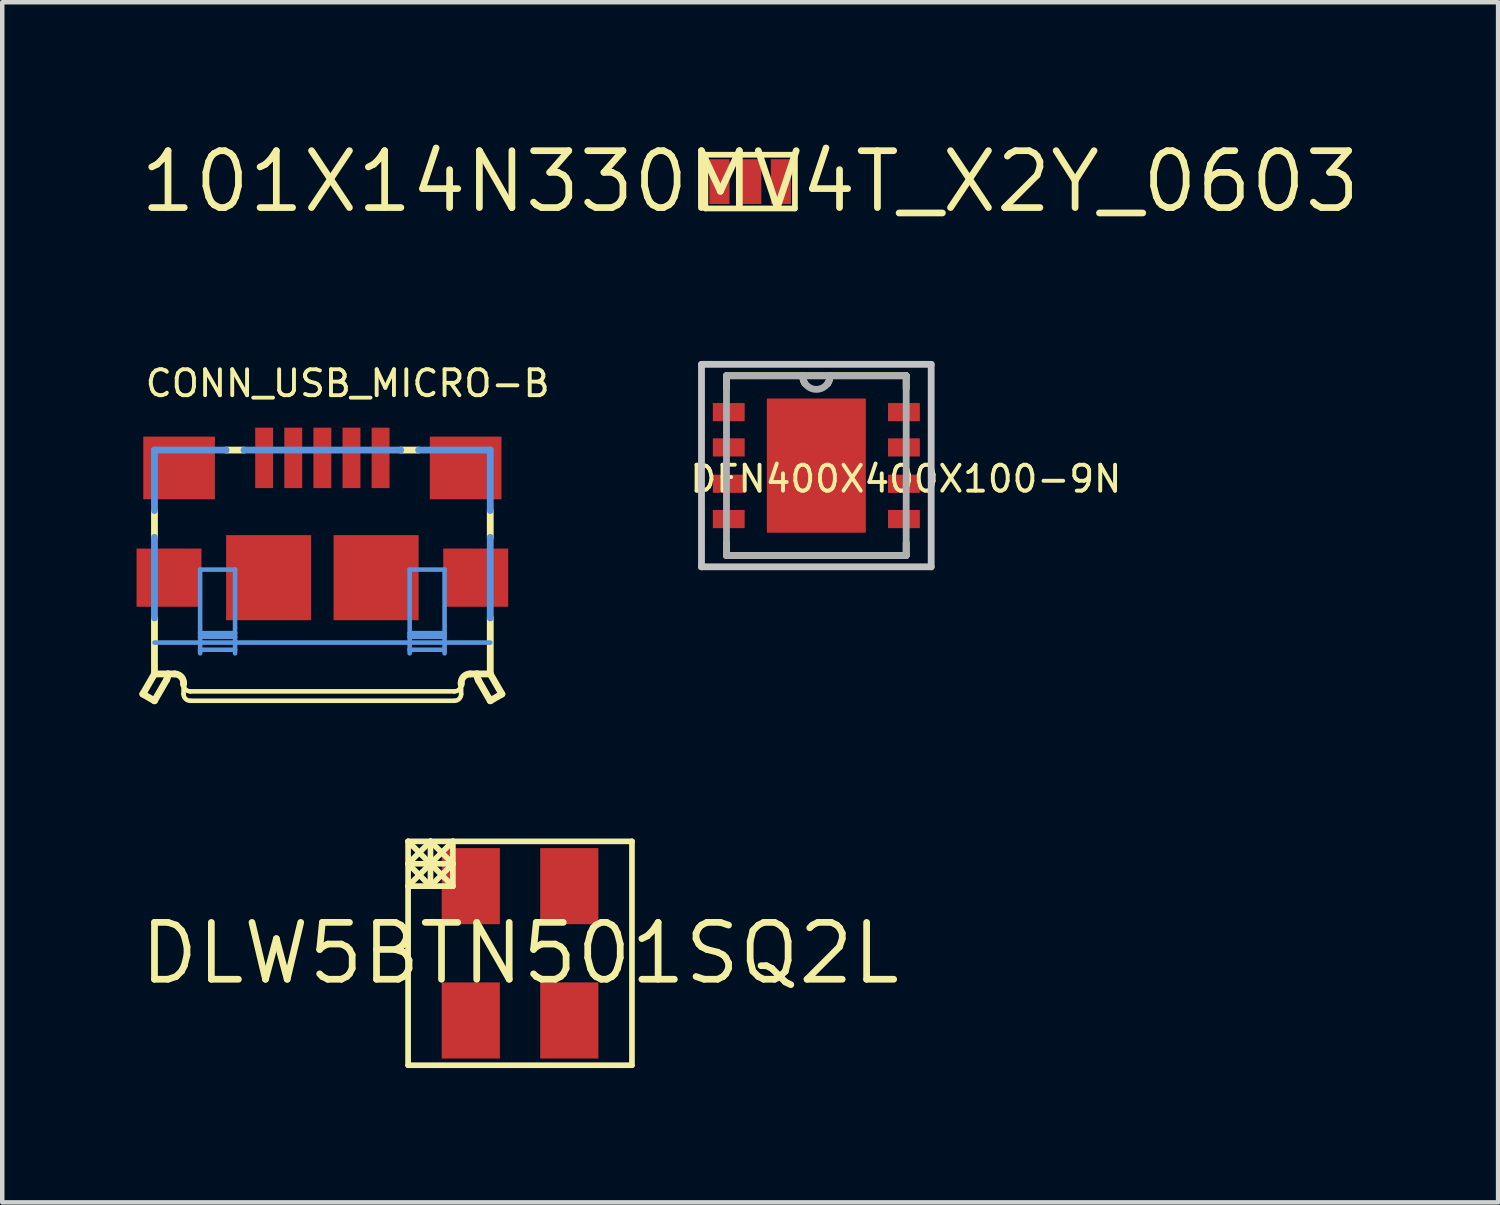
<source format=kicad_pcb>
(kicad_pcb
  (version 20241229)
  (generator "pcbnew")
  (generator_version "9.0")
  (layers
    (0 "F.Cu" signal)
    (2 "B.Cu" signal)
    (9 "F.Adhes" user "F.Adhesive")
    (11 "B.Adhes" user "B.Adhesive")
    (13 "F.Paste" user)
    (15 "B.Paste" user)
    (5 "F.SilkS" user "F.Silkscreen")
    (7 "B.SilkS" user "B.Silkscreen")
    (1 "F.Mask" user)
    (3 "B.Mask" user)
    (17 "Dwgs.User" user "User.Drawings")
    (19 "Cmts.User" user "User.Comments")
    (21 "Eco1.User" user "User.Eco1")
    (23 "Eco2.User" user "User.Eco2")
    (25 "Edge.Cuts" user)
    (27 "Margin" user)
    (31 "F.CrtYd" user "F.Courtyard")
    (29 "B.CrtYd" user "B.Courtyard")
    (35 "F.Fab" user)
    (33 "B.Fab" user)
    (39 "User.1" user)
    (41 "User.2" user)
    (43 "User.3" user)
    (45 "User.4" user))
  (footprint "101X14N330MV4T_X2Y_0603"
    (layer "F.Cu")
    (at 13.705 1.006)
    (property "Reference" "101X14N330MV4T_X2Y_0603" (at 0 0 0) (layer "F.SilkS") (effects (font (size 1.27 1.27) (thickness 0.15))))
    (attr through_hole)
    (fp_line (start -1 -0.6) (end 1 -0.6) (stroke (width 0.127) (type solid)) (layer "F.SilkS"))
    (fp_line (start -1 0.6) (end -1 -0.6) (stroke (width 0.127) (type solid)) (layer "F.SilkS"))
    (fp_line (start 1 -0.6) (end 1 0.6) (stroke (width 0.127) (type solid)) (layer "F.SilkS"))
    (fp_line (start 1 0.6) (end -1 0.6) (stroke (width 0.127) (type solid)) (layer "F.SilkS"))
    (pad "A" smd rect (at -0.686 0 90) (size 1 0.45) (layers "F.Cu" "F.Mask" "F.Paste"))
    (pad "B" smd rect (at 0.686 0 90) (size 1 0.45) (layers "F.Cu" "F.Mask" "F.Paste"))
    (pad "G" smd rect (at 0 0 90) (size 1 0.5) (layers "F.Cu" "F.Mask" "F.Paste")))
  (footprint "DLW5BTN501SQ2L"
    (layer "F.Cu")
    (at 8.565 18.242)
    (property "Reference" "DLW5BTN501SQ2L" (at 0 0 0) (layer "F.SilkS") (effects (font (size 1.27 1.27) (thickness 0.15))))
    (attr through_hole)
    (fp_line (start -2.5 -2.5) (end -2.5 -2) (stroke (width 0.127) (type solid)) (layer "F.SilkS"))
    (fp_line (start -2.5 -2.5) (end -2 -2.5) (stroke (width 0.127) (type solid)) (layer "F.SilkS"))
    (fp_line (start -2.5 -2) (end -2 -2.5) (stroke (width 0.127) (type solid)) (layer "F.SilkS"))
    (fp_line (start -2.5 -2) (end -2 -2) (stroke (width 0.127) (type solid)) (layer "F.SilkS"))
    (fp_line (start -2.5 -2) (end -2 -1.5) (stroke (width 0.127) (type solid)) (layer "F.SilkS"))
    (fp_line (start -2.5 -1.5) (end -2.5 -2) (stroke (width 0.127) (type solid)) (layer "F.SilkS"))
    (fp_line (start -2.5 -1.5) (end -2 -2) (stroke (width 0.127) (type solid)) (layer "F.SilkS"))
    (fp_line (start -2.5 -1.5) (end -2 -1.5) (stroke (width 0.127) (type solid)) (layer "F.SilkS"))
    (fp_line (start -2.5 2.5) (end -2.5 -1.5) (stroke (width 0.127) (type solid)) (layer "F.SilkS"))
    (fp_line (start -2 -2.5) (end -1.5 -2.5) (stroke (width 0.127) (type solid)) (layer "F.SilkS"))
    (fp_line (start -2 -2.5) (end -1.5 -2) (stroke (width 0.127) (type solid)) (layer "F.SilkS"))
    (fp_line (start -2 -2) (end -2.5 -2.5) (stroke (width 0.127) (type solid)) (layer "F.SilkS"))
    (fp_line (start -2 -2) (end -2 -2.5) (stroke (width 0.127) (type solid)) (layer "F.SilkS"))
    (fp_line (start -2 -1.5) (end -2 -2) (stroke (width 0.127) (type solid)) (layer "F.SilkS"))
    (fp_line (start -2 -1.5) (end -1.5 -2) (stroke (width 0.127) (type solid)) (layer "F.SilkS"))
    (fp_line (start -1.5 -2.5) (end -2 -2) (stroke (width 0.127) (type solid)) (layer "F.SilkS"))
    (fp_line (start -1.5 -2.5) (end -1.5 -2) (stroke (width 0.127) (type solid)) (layer "F.SilkS"))
    (fp_line (start -1.5 -2.5) (end 2.5 -2.5) (stroke (width 0.127) (type solid)) (layer "F.SilkS"))
    (fp_line (start -1.5 -2) (end -2 -2) (stroke (width 0.127) (type solid)) (layer "F.SilkS"))
    (fp_line (start -1.5 -2) (end -1.5 -1.5) (stroke (width 0.127) (type solid)) (layer "F.SilkS"))
    (fp_line (start -1.5 -1.5) (end -2 -2) (stroke (width 0.127) (type solid)) (layer "F.SilkS"))
    (fp_line (start -1.5 -1.5) (end -2 -1.5) (stroke (width 0.127) (type solid)) (layer "F.SilkS"))
    (fp_line (start 2.5 -2.5) (end 2.5 2.5) (stroke (width 0.127) (type solid)) (layer "F.SilkS"))
    (fp_line (start 2.5 2.5) (end -2.5 2.5) (stroke (width 0.127) (type solid)) (layer "F.SilkS"))
    (pad "1" smd rect (at -1.1 -1.5 90) (size 1.7 1.3) (layers "F.Cu" "F.Mask" "F.Paste"))
    (pad "2" smd rect (at 1.1 -1.5 90) (size 1.7 1.3) (layers "F.Cu" "F.Mask" "F.Paste"))
    (pad "3" smd rect (at -1.1 1.5 90) (size 1.7 1.3) (layers "F.Cu" "F.Mask" "F.Paste"))
    (pad "4" smd rect (at 1.1 1.5 90) (size 1.7 1.3) (layers "F.Cu" "F.Mask" "F.Paste")))
  (footprint "CONN_USB_MICRO-B"
    (layer "F.Cu")
    (at 4.15 9.852)
    (property "Reference" "CONN_USB_MICRO-B" (at -4 -4 180) (layer "F.SilkS") (effects (font (size 0.579 0.579) (thickness 0.087)) (justify left bottom)))
    (attr through_hole)
    (fp_line (start -4.01 2.6) (end -3.75 2.75) (stroke (width 0.152) (type solid)) (layer "F.SilkS"))
    (fp_line (start -3.75 -0.9) (end -3.75 -1.5) (stroke (width 0.152) (type solid)) (layer "F.SilkS"))
    (fp_line (start -3.75 2.15) (end -4.01 2.6) (stroke (width 0.152) (type solid)) (layer "F.SilkS"))
    (fp_line (start -3.75 2.15) (end -3.75 0.9) (stroke (width 0.152) (type solid)) (layer "F.SilkS"))
    (fp_line (start -3.75 2.75) (end -3.483 2.288) (stroke (width 0.152) (type solid)) (layer "F.SilkS"))
    (fp_line (start -3.45 2.15) (end -3.75 2.15) (stroke (width 0.152) (type solid)) (layer "F.SilkS"))
    (fp_line (start -3.3 2.15) (end -3.45 2.15) (stroke (width 0.152) (type solid)) (layer "F.SilkS"))
    (fp_line (start -3.1 2.35) (end -3.1 2.39) (stroke (width 0.152) (type solid)) (layer "F.SilkS"))
    (fp_line (start -3.1 2.39) (end -3.1 2.6) (stroke (width 0.102) (type solid)) (layer "F.SilkS"))
    (fp_line (start -2.95 2.54) (end 2.95 2.54) (stroke (width 0.102) (type solid)) (layer "F.SilkS"))
    (fp_line (start -2.95 2.75) (end 2.95 2.75) (stroke (width 0.102) (type solid)) (layer "F.SilkS"))
    (fp_line (start -2.15 -2.85) (end -1.75 -2.85) (stroke (width 0.152) (type solid)) (layer "F.SilkS"))
    (fp_line (start 1.75 -2.85) (end 2.15 -2.85) (stroke (width 0.152) (type solid)) (layer "F.SilkS"))
    (fp_line (start 3.1 2.35) (end 3.1 2.39) (stroke (width 0.152) (type solid)) (layer "F.SilkS"))
    (fp_line (start 3.1 2.39) (end 3.1 2.6) (stroke (width 0.102) (type solid)) (layer "F.SilkS"))
    (fp_line (start 3.45 2.15) (end 3.3 2.15) (stroke (width 0.152) (type solid)) (layer "F.SilkS"))
    (fp_line (start 3.75 -1.5) (end 3.75 -0.9) (stroke (width 0.152) (type solid)) (layer "F.SilkS"))
    (fp_line (start 3.75 0.9) (end 3.75 2.15) (stroke (width 0.152) (type solid)) (layer "F.SilkS"))
    (fp_line (start 3.75 2.15) (end 3.45 2.15) (stroke (width 0.152) (type solid)) (layer "F.SilkS"))
    (fp_line (start 3.75 2.15) (end 4.01 2.6) (stroke (width 0.152) (type solid)) (layer "F.SilkS"))
    (fp_line (start 3.75 2.75) (end 3.49 2.3) (stroke (width 0.152) (type solid)) (layer "F.SilkS"))
    (fp_line (start 4.01 2.6) (end 3.75 2.75) (stroke (width 0.152) (type solid)) (layer "F.SilkS"))
    (fp_arc (start -3.45 2.15) (mid -3.457639 2.221405) (end -3.4835 2.2884) (stroke (width 0.1524) (type solid)) (layer "F.SilkS"))
    (fp_arc (start -3.3 2.15) (mid -3.158579 2.208579) (end -3.1 2.35) (stroke (width 0.1524) (type solid)) (layer "F.SilkS"))
    (fp_arc (start -2.95 2.54) (mid -3.056066 2.496066) (end -3.1 2.39) (stroke (width 0.1016) (type solid)) (layer "F.SilkS"))
    (fp_arc (start -2.95 2.75) (mid -3.056066 2.706066) (end -3.1 2.6) (stroke (width 0.1016) (type solid)) (layer "F.SilkS"))
    (fp_arc (start 3.1 2.35) (mid 3.158579 2.208579) (end 3.3 2.15) (stroke (width 0.1524) (type solid)) (layer "F.SilkS"))
    (fp_arc (start 3.1 2.39) (mid 3.056066 2.496066) (end 2.95 2.54) (stroke (width 0.1016) (type solid)) (layer "F.SilkS"))
    (fp_arc (start 3.1 2.6) (mid 3.056066 2.706066) (end 2.95 2.75) (stroke (width 0.1016) (type solid)) (layer "F.SilkS"))
    (fp_arc (start 3.4902 2.3) (mid 3.460226 2.227646) (end 3.45 2.15) (stroke (width 0.1524) (type solid)) (layer "F.SilkS"))
    (fp_line (start -3.75 -2.85) (end -2.15 -2.85) (stroke (width 0.152) (type solid)) (layer "Cmts.User"))
    (fp_line (start -3.75 -1.5) (end -3.75 -2.85) (stroke (width 0.152) (type solid)) (layer "Cmts.User"))
    (fp_line (start -3.75 0.9) (end -3.75 -0.9) (stroke (width 0.152) (type solid)) (layer "Cmts.User"))
    (fp_line (start -3.75 1.45) (end 3.75 1.45) (stroke (width 0.102) (type solid)) (layer "Cmts.User"))
    (fp_line (start -2.73 -0.18) (end -1.95 -0.18) (stroke (width 0.102) (type solid)) (layer "Cmts.User"))
    (fp_line (start -2.73 1.24) (end -2.73 -0.18) (stroke (width 0.102) (type solid)) (layer "Cmts.User"))
    (fp_line (start -2.73 1.24) (end -2.73 1.32) (stroke (width 0.102) (type solid)) (layer "Cmts.User"))
    (fp_line (start -2.73 1.32) (end -2.73 1.61) (stroke (width 0.102) (type solid)) (layer "Cmts.User"))
    (fp_line (start -2.73 1.32) (end -1.95 1.32) (stroke (width 0.102) (type solid)) (layer "Cmts.User"))
    (fp_line (start -2.73 1.61) (end -2.73 1.69) (stroke (width 0.102) (type solid)) (layer "Cmts.User"))
    (fp_line (start -2.73 1.61) (end -1.95 1.61) (stroke (width 0.102) (type solid)) (layer "Cmts.User"))
    (fp_line (start -1.95 -0.18) (end -1.95 1.24) (stroke (width 0.102) (type solid)) (layer "Cmts.User"))
    (fp_line (start -1.95 1.24) (end -2.73 1.24) (stroke (width 0.102) (type solid)) (layer "Cmts.User"))
    (fp_line (start -1.95 1.24) (end -1.95 1.32) (stroke (width 0.102) (type solid)) (layer "Cmts.User"))
    (fp_line (start -1.95 1.32) (end -1.95 1.61) (stroke (width 0.102) (type solid)) (layer "Cmts.User"))
    (fp_line (start -1.95 1.61) (end -1.95 1.69) (stroke (width 0.102) (type solid)) (layer "Cmts.User"))
    (fp_line (start -1.75 -2.85) (end 1.75 -2.85) (stroke (width 0.152) (type solid)) (layer "Cmts.User"))
    (fp_line (start 1.95 -0.18) (end 1.95 1.24) (stroke (width 0.102) (type solid)) (layer "Cmts.User"))
    (fp_line (start 1.95 1.24) (end 1.95 1.32) (stroke (width 0.102) (type solid)) (layer "Cmts.User"))
    (fp_line (start 1.95 1.24) (end 2.73 1.24) (stroke (width 0.102) (type solid)) (layer "Cmts.User"))
    (fp_line (start 1.95 1.32) (end 1.95 1.61) (stroke (width 0.102) (type solid)) (layer "Cmts.User"))
    (fp_line (start 1.95 1.61) (end 1.95 1.69) (stroke (width 0.102) (type solid)) (layer "Cmts.User"))
    (fp_line (start 2.15 -2.85) (end 3.75 -2.85) (stroke (width 0.152) (type solid)) (layer "Cmts.User"))
    (fp_line (start 2.73 -0.18) (end 1.95 -0.18) (stroke (width 0.102) (type solid)) (layer "Cmts.User"))
    (fp_line (start 2.73 1.24) (end 2.73 -0.18) (stroke (width 0.102) (type solid)) (layer "Cmts.User"))
    (fp_line (start 2.73 1.24) (end 2.73 1.32) (stroke (width 0.102) (type solid)) (layer "Cmts.User"))
    (fp_line (start 2.73 1.32) (end 1.95 1.32) (stroke (width 0.102) (type solid)) (layer "Cmts.User"))
    (fp_line (start 2.73 1.32) (end 2.73 1.61) (stroke (width 0.102) (type solid)) (layer "Cmts.User"))
    (fp_line (start 2.73 1.61) (end 1.95 1.61) (stroke (width 0.102) (type solid)) (layer "Cmts.User"))
    (fp_line (start 2.73 1.61) (end 2.73 1.69) (stroke (width 0.102) (type solid)) (layer "Cmts.User"))
    (fp_line (start 3.75 -2.85) (end 3.75 -1.5) (stroke (width 0.152) (type solid)) (layer "Cmts.User"))
    (fp_line (start 3.75 -0.9) (end 3.75 0.9) (stroke (width 0.152) (type solid)) (layer "Cmts.User"))
    (pad "BODY@1" smd rect (at -3.2 -2.45) (size 1.6 1.4) (layers "F.Cu" "F.Mask" "F.Paste"))
    (pad "BODY@2" smd rect (at 3.2 -2.45) (size 1.6 1.4) (layers "F.Cu" "F.Mask" "F.Paste"))
    (pad "BODY@3" smd rect (at 3.425 0) (size 1.45 1.3) (layers "F.Cu" "F.Mask" "F.Paste"))
    (pad "BODY@4" smd rect (at 1.2 0) (size 1.9 1.9) (layers "F.Cu" "F.Mask" "F.Paste"))
    (pad "BODY@5" smd rect (at -1.2 0) (size 1.9 1.9) (layers "F.Cu" "F.Mask" "F.Paste"))
    (pad "BODY@6" smd rect (at -3.425 0) (size 1.45 1.3) (layers "F.Cu" "F.Mask" "F.Paste"))
    (pad "P1" smd rect (at -1.3 -2.675) (size 0.4 1.35) (layers "F.Cu" "F.Mask" "F.Paste"))
    (pad "P2" smd rect (at -0.65 -2.675) (size 0.4 1.35) (layers "F.Cu" "F.Mask" "F.Paste"))
    (pad "P3" smd rect (at 0 -2.675) (size 0.4 1.35) (layers "F.Cu" "F.Mask" "F.Paste"))
    (pad "P4" smd rect (at 0.65 -2.675) (size 0.4 1.35) (layers "F.Cu" "F.Mask" "F.Paste"))
    (pad "P5" smd rect (at 1.3 -2.675) (size 0.4 1.35) (layers "F.Cu" "F.Mask" "F.Paste")))
  (footprint "DFN400X400X100-9N"
    (layer "F.Cu")
    (at 15.183 7.349)
    (property "Reference" "DFN400X400X100-9N" (at -2.87 0.635 0) (layer "F.SilkS") (effects (font (size 0.579 0.579) (thickness 0.087)) (justify left bottom)))
    (attr through_hole)
    (fp_line (start -2.007 -2.007) (end -2.007 -1.727) (stroke (width 0.152) (type solid)) (layer "F.SilkS"))
    (fp_line (start -2.007 1.727) (end -2.007 2.007) (stroke (width 0.152) (type solid)) (layer "F.SilkS"))
    (fp_line (start -2.007 2.007) (end 2.007 2.007) (stroke (width 0.152) (type solid)) (layer "F.SilkS"))
    (fp_line (start -0.305 -2.007) (end -2.007 -2.007) (stroke (width 0.152) (type solid)) (layer "F.SilkS"))
    (fp_line (start 0.305 -2.007) (end -0.305 -2.007) (stroke (width 0.152) (type solid)) (layer "F.SilkS"))
    (fp_line (start 2.007 -2.007) (end 0.305 -2.007) (stroke (width 0.152) (type solid)) (layer "F.SilkS"))
    (fp_line (start 2.007 -1.727) (end 2.007 -2.007) (stroke (width 0.152) (type solid)) (layer "F.SilkS"))
    (fp_line (start 2.007 2.007) (end 2.007 1.727) (stroke (width 0.152) (type solid)) (layer "F.SilkS"))
    (fp_arc (start -0.254 -1.8288) (mid -0.29229 -1.914017) (end -0.3048 -2.0066) (stroke (width 0.1524) (type solid)) (layer "F.SilkS"))
    (fp_arc (start 0.3048 -2.0066) (mid 0.29229 -1.914017) (end 0.254001 -1.8288) (stroke (width 0.1524) (type solid)) (layer "F.SilkS"))
    (fp_line (start -2.565 -2.261) (end 2.565 -2.261) (stroke (width 0.152) (type solid)) (layer "Dwgs.User"))
    (fp_line (start -2.565 2.261) (end -2.565 -2.261) (stroke (width 0.152) (type solid)) (layer "Dwgs.User"))
    (fp_line (start 2.565 -2.261) (end 2.565 2.261) (stroke (width 0.152) (type solid)) (layer "Dwgs.User"))
    (fp_line (start 2.565 2.261) (end -2.565 2.261) (stroke (width 0.152) (type solid)) (layer "Dwgs.User"))
    (fp_line (start -2.007 -2.007) (end -2.007 2.007) (stroke (width 0.152) (type solid)) (layer "F.Fab"))
    (fp_line (start -2.007 2.007) (end 2.007 2.007) (stroke (width 0.152) (type solid)) (layer "F.Fab"))
    (fp_line (start -0.305 -2.007) (end -2.007 -2.007) (stroke (width 0.152) (type solid)) (layer "F.Fab"))
    (fp_line (start 0.305 -2.007) (end -0.305 -2.007) (stroke (width 0.152) (type solid)) (layer "F.Fab"))
    (fp_line (start 2.007 -2.007) (end 0.305 -2.007) (stroke (width 0.152) (type solid)) (layer "F.Fab"))
    (fp_line (start 2.007 2.007) (end 2.007 -2.007) (stroke (width 0.152) (type solid)) (layer "F.Fab"))
    (fp_arc (start 0.3048 -2.0066) (mid 0 -1.7018) (end -0.3048 -2.0066) (stroke (width 0.1524) (type solid)) (layer "F.Fab"))
    (pad "1" smd rect (at -1.956 -1.194) (size 0.711 0.406) (layers "F.Cu" "F.Mask" "F.Paste"))
    (pad "2" smd rect (at -1.956 -0.406) (size 0.711 0.406) (layers "F.Cu" "F.Mask" "F.Paste"))
    (pad "3" smd rect (at -1.956 0.406) (size 0.711 0.406) (layers "F.Cu" "F.Mask" "F.Paste"))
    (pad "4" smd rect (at -1.956 1.194) (size 0.711 0.406) (layers "F.Cu" "F.Mask" "F.Paste"))
    (pad "5" smd rect (at 1.956 1.194) (size 0.711 0.406) (layers "F.Cu" "F.Mask" "F.Paste"))
    (pad "6" smd rect (at 1.956 0.406) (size 0.711 0.406) (layers "F.Cu" "F.Mask" "F.Paste"))
    (pad "7" smd rect (at 1.956 -0.406) (size 0.711 0.406) (layers "F.Cu" "F.Mask" "F.Paste"))
    (pad "8" smd rect (at 1.956 -1.194) (size 0.711 0.406) (layers "F.Cu" "F.Mask" "F.Paste"))
    (pad "9" smd rect (at 0 0) (size 2.21 2.997) (layers "F.Cu" "F.Mask" "F.Paste")))
  (gr_rect
    (start -3 -3)
    (end 30.41 23.805)
    (stroke (width 0.1) (type default))
    (fill no)
    (layer "Edge.Cuts")))
</source>
